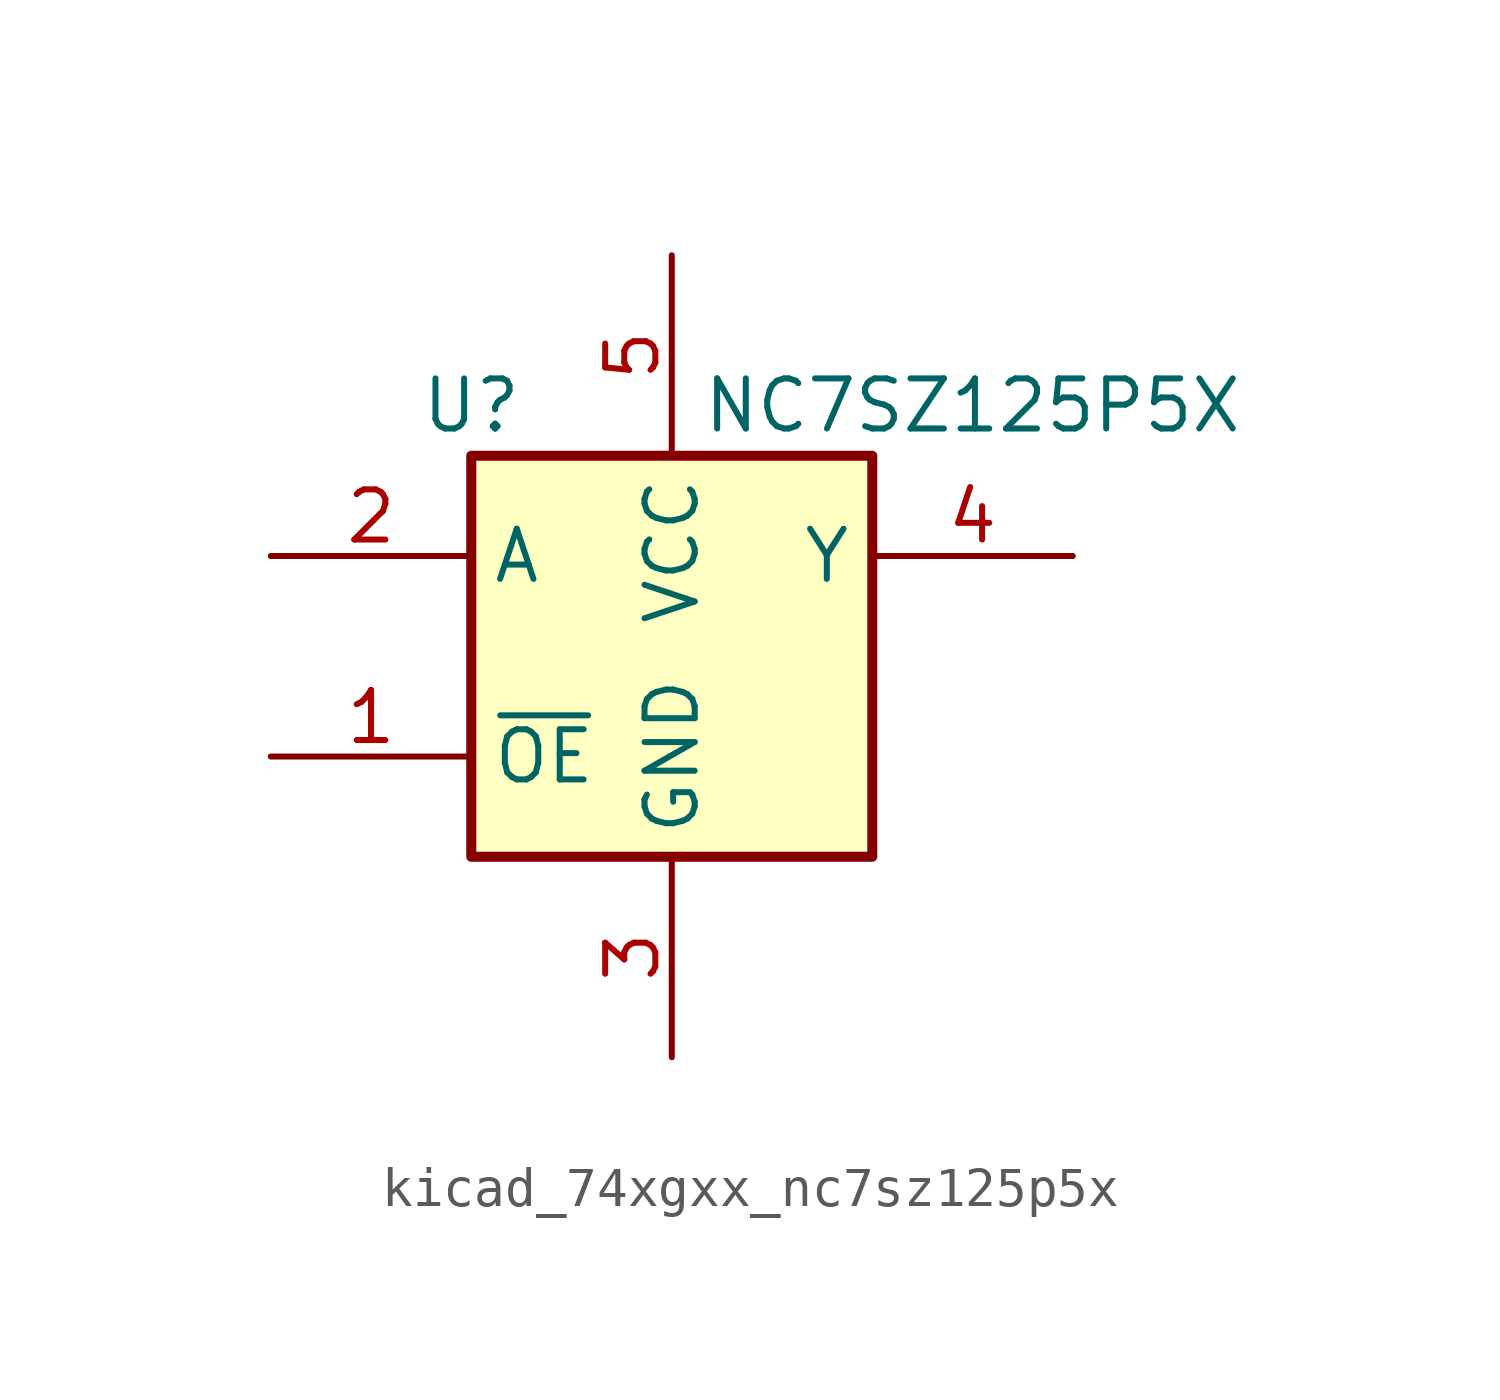
<source format=kicad_sym>
(kicad_symbol_lib
  (version 20220914)
  (generator kicad_symbol_editor)
  (symbol "kicad_74xgxx_nc7sz125p5x"
    (property "Reference" "U"
      (at -5.08 6.35 0)
      (effects (font (size 1.27 1.27))))
    (property "Value" "NC7SZ125P5X"
      (at 7.62 6.35 0)
      (effects (font (size 1.27 1.27))))
    (symbol "kicad_74xgxx_nc7sz125p5x_0_1"
      (rectangle (start -5.08 5.08) (end 5.08 -5.08) (stroke (width 0.254) (type default)) (fill (type background))))
    (symbol "kicad_74xgxx_nc7sz125p5x_1_1"
      (pin input line (at -10.16 -2.54 0) (length 5.08) (name "~{OE}" (effects (font (size 1.27 1.27)))) (number "1" (effects (font (size 1.27 1.27)))))
      (pin input line (at -10.16 2.54 0) (length 5.08) (name "A" (effects (font (size 1.27 1.27)))) (number "2" (effects (font (size 1.27 1.27)))))
      (pin power_in line (at 0 -10.16 90) (length 5.08) (name "GND" (effects (font (size 1.27 1.27)))) (number "3" (effects (font (size 1.27 1.27)))))
      (pin output line (at 10.16 2.54 180) (length 5.08) (name "Y" (effects (font (size 1.27 1.27)))) (number "4" (effects (font (size 1.27 1.27)))))
      (pin power_in line (at 0 10.16 270) (length 5.08) (name "VCC" (effects (font (size 1.27 1.27)))) (number "5" (effects (font (size 1.27 1.27))))))))
</source>
